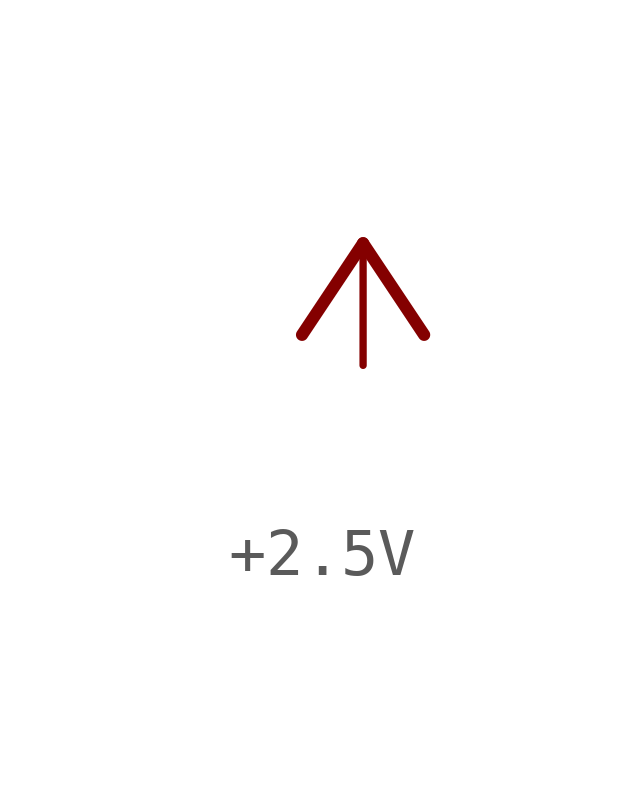
<source format=kicad_sym>
(kicad_symbol_lib
  (version 20241209)
  (generator "kicad_symbol_editor")
  (generator_version "9.0")
  (symbol "+2.5V"
    (power)
    (property "Reference" ""
      (at 0 0 0)
      (effects (font (size 1.27 1.27)) (hide yes)))
    (property "Value" ""
      (at -2.54 -5.08 90)
      (effects (font (size 1.778 1.511)) (justify left bottom)))
    (property "ki_locked" ""
      (at 0 0 0)
      (effects (font (size 1.27 1.27))))
    (symbol "+2.5V_1_0"
      (polyline (pts (xy 0 0) (xy -1.27 -1.905)) (stroke (width 0.254) (type solid)) (fill (type none)))
      (polyline (pts (xy 1.27 -1.905) (xy 0 0)) (stroke (width 0.254) (type solid)) (fill (type none)))
      (pin power_in line (at 0 -2.54 90) (length 2.54) (name "+2.5V" (effects (font (size 0 0)))) (number "1" (effects (font (size 0 0))))))))
</source>
